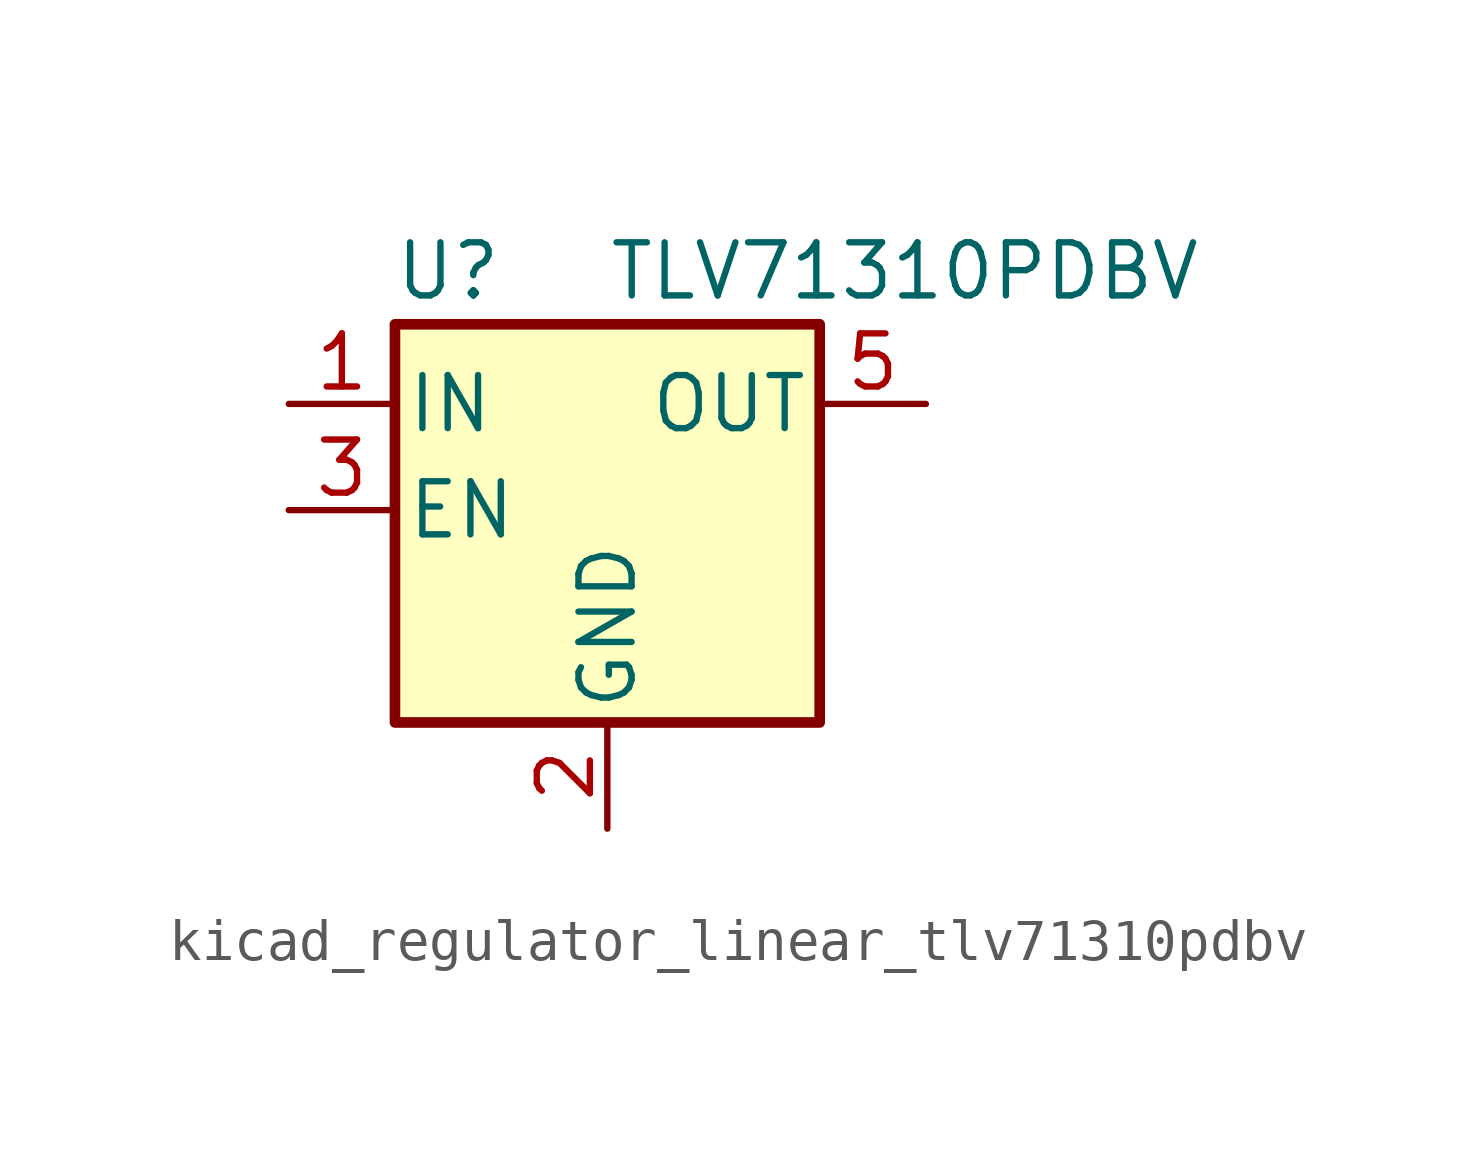
<source format=kicad_sym>
(kicad_symbol_lib
  (version 20220914)
  (generator kicad_symbol_editor)
  (symbol "kicad_regulator_linear_tlv71310pdbv"
    (pin_names
      (offset 0.254))
    (property "Reference" "U"
      (at -3.81 5.715 0)
      (effects (font (size 1.27 1.27))))
    (property "Value" "TLV71310PDBV"
      (at 0 5.715 0)
      (effects (font (size 1.27 1.27)) (justify left)))
    (symbol "kicad_regulator_linear_tlv71310pdbv_0_1"
      (rectangle (start -5.08 4.445) (end 5.08 -5.08) (stroke (width 0.254) (type default)) (fill (type background))))
    (symbol "kicad_regulator_linear_tlv71310pdbv_1_1"
      (pin power_in line (at -7.62 2.54 0) (length 2.54) (name "IN" (effects (font (size 1.27 1.27)))) (number "1" (effects (font (size 1.27 1.27)))))
      (pin power_in line (at 0 -7.62 90) (length 2.54) (name "GND" (effects (font (size 1.27 1.27)))) (number "2" (effects (font (size 1.27 1.27)))))
      (pin input line (at -7.62 0 0) (length 2.54) (name "EN" (effects (font (size 1.27 1.27)))) (number "3" (effects (font (size 1.27 1.27)))))
      (pin no_connect line (at 5.08 0 180) (length 2.54) hide (name "NC" (effects (font (size 1.27 1.27)))) (number "4" (effects (font (size 1.27 1.27)))))
      (pin power_out line (at 7.62 2.54 180) (length 2.54) (name "OUT" (effects (font (size 1.27 1.27)))) (number "5" (effects (font (size 1.27 1.27))))))))
</source>
